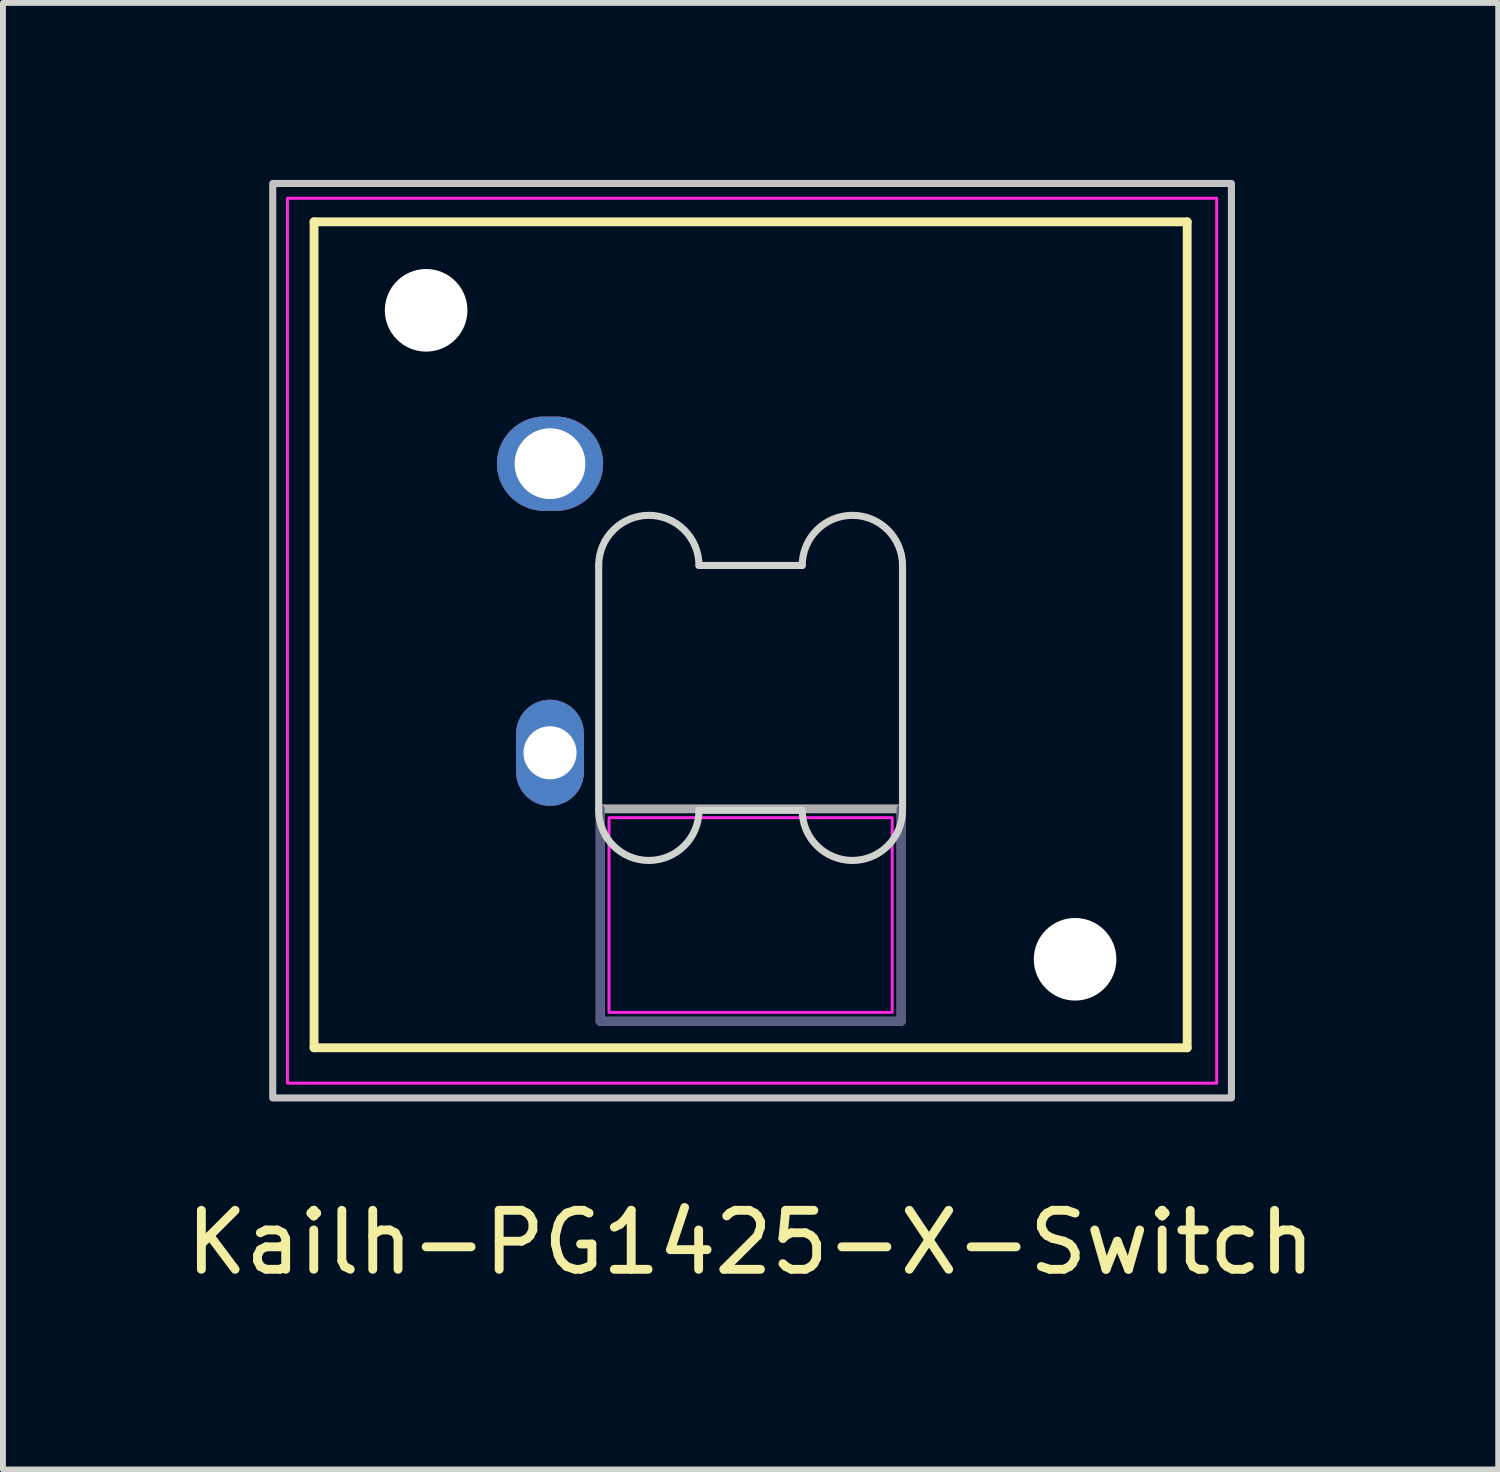
<source format=kicad_pcb>
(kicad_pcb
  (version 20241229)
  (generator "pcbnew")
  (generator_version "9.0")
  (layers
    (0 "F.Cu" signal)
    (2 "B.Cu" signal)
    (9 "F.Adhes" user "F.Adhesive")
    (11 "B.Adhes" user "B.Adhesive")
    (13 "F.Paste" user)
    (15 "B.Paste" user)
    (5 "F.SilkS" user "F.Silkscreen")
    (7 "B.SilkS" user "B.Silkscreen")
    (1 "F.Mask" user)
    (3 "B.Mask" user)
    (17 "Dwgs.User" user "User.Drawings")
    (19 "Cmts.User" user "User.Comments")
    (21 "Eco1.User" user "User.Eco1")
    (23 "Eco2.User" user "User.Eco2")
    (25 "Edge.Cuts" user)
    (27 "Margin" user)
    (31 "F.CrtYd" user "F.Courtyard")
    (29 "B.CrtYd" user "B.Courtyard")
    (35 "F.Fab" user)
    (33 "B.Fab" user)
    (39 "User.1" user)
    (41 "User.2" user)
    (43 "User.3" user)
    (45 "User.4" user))
  (footprint "Kailh-PG1425-X-Switch"
    (layer "F.Cu")
    (at 13.073 4.81)
    (property "Reference" "Kailh-PG1425-X-Switch" (at -3.4 13.2 0) (layer "F.SilkS") (effects (font (size 1 1) (thickness 0.15))))
    (attr through_hole)
    (fp_line (start -10.8 -4.1) (end 4 -4.1) (stroke (width 0.15) (type solid)) (layer "F.SilkS"))
    (fp_line (start -10.8 9.9) (end -10.8 -4.1) (stroke (width 0.15) (type solid)) (layer "F.SilkS"))
    (fp_line (start 4 -4.1) (end 4 9.9) (stroke (width 0.15) (type solid)) (layer "F.SilkS"))
    (fp_line (start 4 9.9) (end -10.8 9.9) (stroke (width 0.15) (type solid)) (layer "F.SilkS"))
    (fp_rect (start -11.5 -4.75) (end 4.75 10.75) (stroke (width 0.12) (type default)) (fill no) (layer "Dwgs.User"))
    (fp_line (start -5.975 1.725) (end -5.975 5.875) (stroke (width 0.12) (type default)) (layer "Edge.Cuts"))
    (fp_line (start -4.275 5.875) (end -2.525 5.875) (stroke (width 0.12) (type default)) (layer "Edge.Cuts"))
    (fp_line (start -2.525 1.725) (end -4.275 1.725) (stroke (width 0.12) (type default)) (layer "Edge.Cuts"))
    (fp_line (start -0.825 5.875) (end -0.825 1.725) (stroke (width 0.12) (type default)) (layer "Edge.Cuts"))
    (fp_arc (start -5.975 1.725) (mid -5.125 0.875) (end -4.275 1.725) (stroke (width 0.12) (type default)) (layer "Edge.Cuts"))
    (fp_arc (start -4.275 5.875) (mid -5.125 6.725) (end -5.975 5.875) (stroke (width 0.12) (type default)) (layer "Edge.Cuts"))
    (fp_arc (start -2.525 1.725) (mid -1.675 0.875) (end -0.825 1.725) (stroke (width 0.12) (type default)) (layer "Edge.Cuts"))
    (fp_arc (start -0.825 5.875) (mid -1.675 6.725) (end -2.525 5.875) (stroke (width 0.12) (type default)) (layer "Edge.Cuts"))
    (fp_rect (start -11.25 -4.5) (end 4.5 10.5) (stroke (width 0.05) (type default)) (fill no) (layer "F.CrtYd"))
    (fp_rect (start -5.8 6) (end -1 9.3) (stroke (width 0.05) (type default)) (fill no) (layer "F.CrtYd"))
    (fp_line (start -5.95 9.45) (end -5.95 5.85) (stroke (width 0.15) (type solid)) (layer "B.Fab"))
    (fp_line (start -0.85 5.85) (end -0.85 9.45) (stroke (width 0.15) (type solid)) (layer "B.Fab"))
    (fp_line (start -0.85 9.45) (end -5.95 9.45) (stroke (width 0.15) (type solid)) (layer "B.Fab"))
    (fp_line (start -5.95 5.85) (end -5.95 9.45) (stroke (width 0.15) (type solid)) (layer "F.Fab"))
    (fp_line (start -5.95 9.45) (end -0.85 9.45) (stroke (width 0.15) (type solid)) (layer "F.Fab"))
    (fp_line (start -0.85 5.85) (end -5.95 5.85) (stroke (width 0.15) (type solid)) (layer "F.Fab"))
    (fp_line (start -0.85 9.45) (end -0.85 5.85) (stroke (width 0.15) (type solid)) (layer "F.Fab"))
    (pad "" np_thru_hole circle (at -8.9 -2.6 180) (size 1.4 1.4) (drill 1.4) (layers "*.Cu" "*.Mask"))
    (pad "" np_thru_hole circle (at 2.1 8.4 180) (size 1.4 1.4) (drill 1.4) (layers "*.Cu" "*.Mask"))
    (pad "1" thru_hole oval (at -6.8 -0.000164 270) (size 1.6 1.8) (drill 1.2) (layers "*.Cu" "*.Mask"))
    (pad "2" thru_hole oval (at -6.8 4.9 180) (size 1.15 1.8) (drill 0.9) (layers "*.Cu" "*.Mask")))
  (gr_rect
    (start -3 -3)
    (end 22.345 21.858)
    (stroke (width 0.1) (type default))
    (fill no)
    (layer "Edge.Cuts")))
</source>
